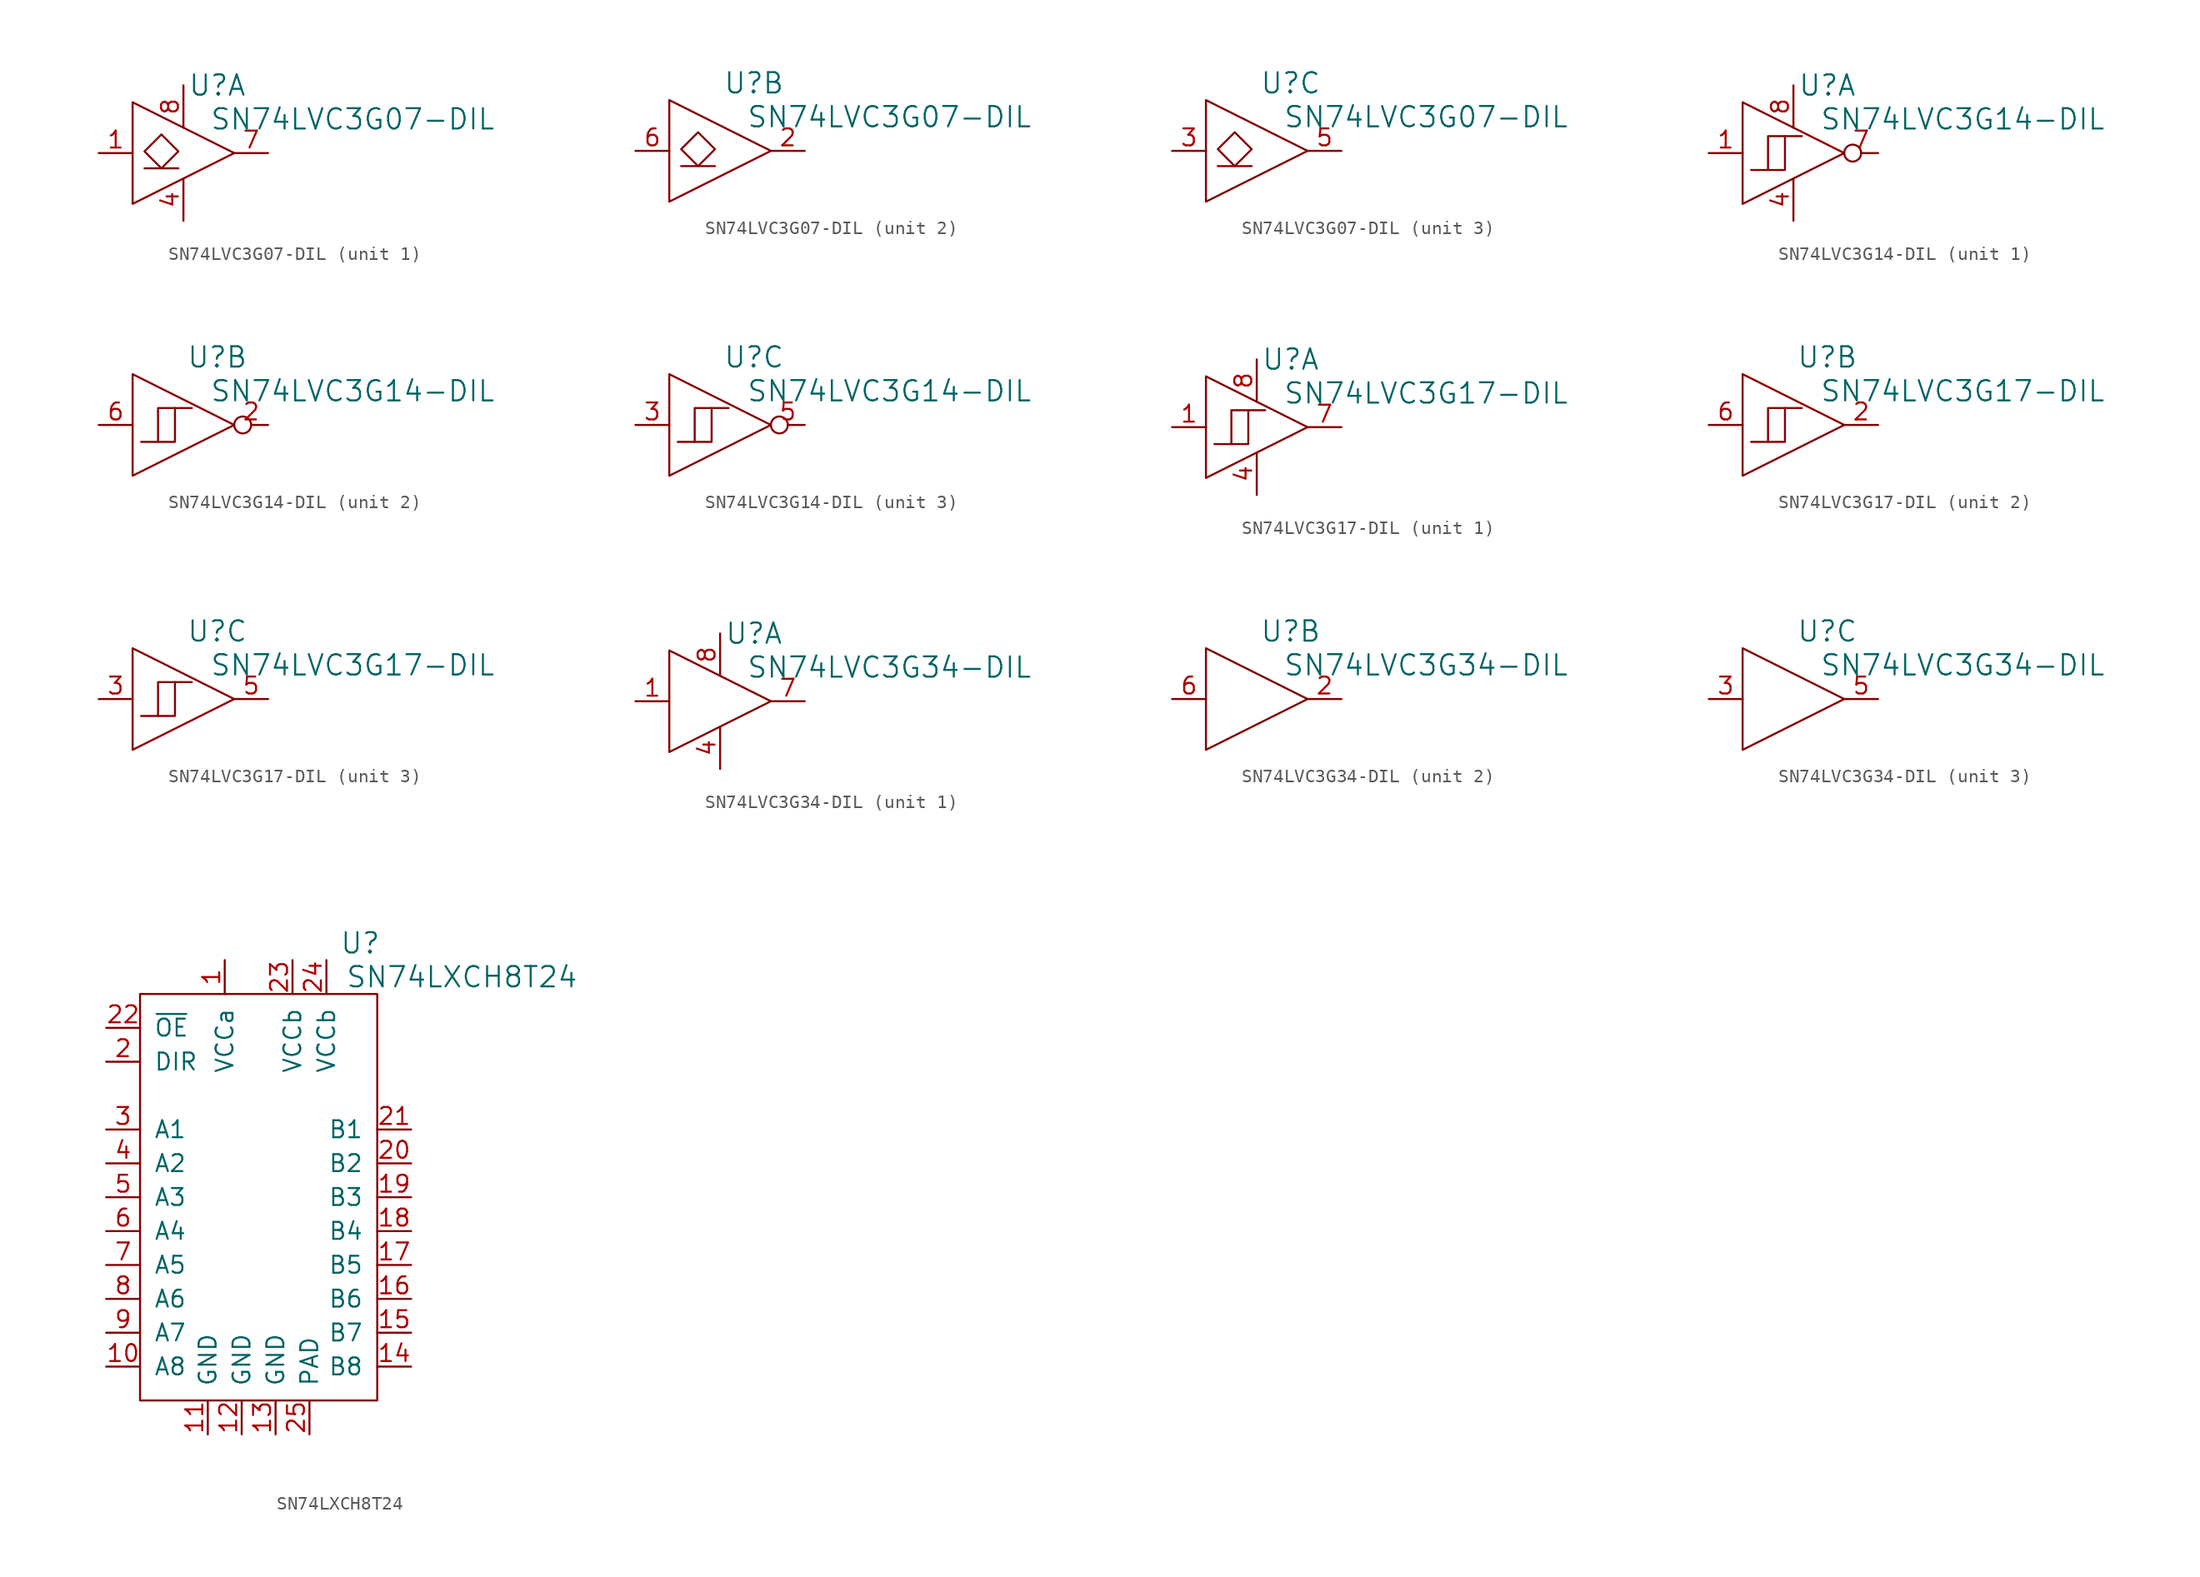
<source format=kicad_sym>
(kicad_symbol_lib
  (version 20220914)
  (generator kicad_symbol_editor)
  (symbol "SN74LVC3G07-DIL"
    (pin_names
      (offset 1.016) hide)
    (property "Reference" "U"
      (at 2.54 5.08 0)
      (effects (font (size 1.524 1.524))))
    (property "Value" "SN74LVC3G07-DIL"
      (at 12.7 2.54 0)
      (effects (font (size 1.524 1.524))))
    (property "Footprint" ""
      (at 0 0 0)
      (effects (font (size 1.524 1.524))))
    (property "Datasheet" ""
      (at 0 0 0)
      (effects (font (size 1.524 1.524))))
    (property "ki_locked" ""
      (at 0 0 0)
      (effects (font (size 1.27 1.27))))
    (symbol "SN74LVC3G07-DIL_0_1"
      (polyline (pts (xy -3.81 3.81) (xy -3.81 -3.81) (xy 3.81 0) (xy -3.81 3.81) (xy -3.81 3.81)) (stroke (width 0) (type solid)) (fill (type none))))
    (symbol "SN74LVC3G07-DIL_1_1"
      (polyline (pts (xy -2.921 -1.143) (xy -0.381 -1.143)) (stroke (width 0) (type solid)) (fill (type none)))
      (polyline (pts (xy -2.921 0.127) (xy -1.651 1.397) (xy -0.381 0.127) (xy -1.651 -1.143) (xy -2.921 0.127)) (stroke (width 0) (type solid)) (fill (type none)))
      (pin passive line (at -6.35 0 0) (length 2.54) (name "1A" (effects (font (size 1.27 1.27)))) (number "1" (effects (font (size 1.27 1.27)))))
      (pin passive line (at 0 -5.08 90) (length 3.175) (name "VSS" (effects (font (size 1.27 1.27)))) (number "4" (effects (font (size 1.27 1.27)))))
      (pin passive line (at 6.35 0 180) (length 2.54) (name "1Y" (effects (font (size 1.27 1.27)))) (number "7" (effects (font (size 1.27 1.27)))))
      (pin passive line (at 0 5.08 270) (length 3.175) (name "VDD" (effects (font (size 1.27 1.27)))) (number "8" (effects (font (size 1.27 1.27))))))
    (symbol "SN74LVC3G07-DIL_2_1"
      (polyline (pts (xy -2.921 -1.143) (xy -0.381 -1.143)) (stroke (width 0) (type solid)) (fill (type none)))
      (polyline (pts (xy -2.921 0.127) (xy -1.651 1.397) (xy -0.381 0.127) (xy -1.651 -1.143) (xy -2.921 0.127)) (stroke (width 0) (type solid)) (fill (type none)))
      (pin passive line (at 6.35 0 180) (length 2.54) (name "2Y" (effects (font (size 1.27 1.27)))) (number "2" (effects (font (size 1.27 1.27)))))
      (pin passive line (at -6.35 0 0) (length 2.54) (name "2A" (effects (font (size 1.27 1.27)))) (number "6" (effects (font (size 1.27 1.27))))))
    (symbol "SN74LVC3G07-DIL_3_1"
      (polyline (pts (xy -2.921 -1.143) (xy -0.381 -1.143)) (stroke (width 0) (type solid)) (fill (type none)))
      (polyline (pts (xy -2.921 0.127) (xy -1.651 1.397) (xy -0.381 0.127) (xy -1.651 -1.143) (xy -2.921 0.127)) (stroke (width 0) (type solid)) (fill (type none)))
      (pin passive line (at -6.35 0 0) (length 2.54) (name "3A" (effects (font (size 1.27 1.27)))) (number "3" (effects (font (size 1.27 1.27)))))
      (pin passive line (at 6.35 0 180) (length 2.54) (name "3Y" (effects (font (size 1.27 1.27)))) (number "5" (effects (font (size 1.27 1.27)))))))
  (symbol "SN74LVC3G14-DIL"
    (pin_names
      (offset 1.016) hide)
    (property "Reference" "U"
      (at 2.54 5.08 0)
      (effects (font (size 1.524 1.524))))
    (property "Value" "SN74LVC3G14-DIL"
      (at 12.7 2.54 0)
      (effects (font (size 1.524 1.524))))
    (property "Footprint" ""
      (at 0 0 0)
      (effects (font (size 1.524 1.524))))
    (property "Datasheet" ""
      (at 0 0 0)
      (effects (font (size 1.524 1.524))))
    (property "ki_locked" ""
      (at 0 0 0)
      (effects (font (size 1.27 1.27))))
    (symbol "SN74LVC3G14-DIL_0_1"
      (polyline (pts (xy -3.81 3.81) (xy -3.81 -3.81) (xy 3.81 0) (xy -3.81 3.81) (xy -3.81 3.81)) (stroke (width 0) (type solid)) (fill (type none))))
    (symbol "SN74LVC3G14-DIL_1_1"
      (polyline (pts (xy -0.635 1.27) (xy -1.905 1.27) (xy -1.905 -1.27) (xy -1.905 -1.27)) (stroke (width 0) (type solid)) (fill (type none)))
      (polyline (pts (xy -3.175 -1.27) (xy -0.635 -1.27) (xy -0.635 1.27) (xy 0.635 1.27) (xy 0.635 1.27)) (stroke (width 0) (type solid)) (fill (type none)))
      (pin passive line (at -6.35 0 0) (length 2.54) (name "1A" (effects (font (size 1.27 1.27)))) (number "1" (effects (font (size 1.27 1.27)))))
      (pin passive line (at 0 -5.08 90) (length 3.175) (name "VSS" (effects (font (size 1.27 1.27)))) (number "4" (effects (font (size 1.27 1.27)))))
      (pin passive inverted (at 6.35 0 180) (length 2.54) (name "1Y" (effects (font (size 1.27 1.27)))) (number "7" (effects (font (size 1.27 1.27)))))
      (pin passive line (at 0 5.08 270) (length 3.175) (name "VDD" (effects (font (size 1.27 1.27)))) (number "8" (effects (font (size 1.27 1.27))))))
    (symbol "SN74LVC3G14-DIL_2_1"
      (polyline (pts (xy -0.635 1.27) (xy -1.905 1.27) (xy -1.905 -1.27) (xy -1.905 -1.27)) (stroke (width 0) (type solid)) (fill (type none)))
      (polyline (pts (xy -3.175 -1.27) (xy -0.635 -1.27) (xy -0.635 1.27) (xy 0.635 1.27) (xy 0.635 1.27)) (stroke (width 0) (type solid)) (fill (type none)))
      (pin passive inverted (at 6.35 0 180) (length 2.54) (name "2Y" (effects (font (size 1.27 1.27)))) (number "2" (effects (font (size 1.27 1.27)))))
      (pin passive line (at -6.35 0 0) (length 2.54) (name "2A" (effects (font (size 1.27 1.27)))) (number "6" (effects (font (size 1.27 1.27))))))
    (symbol "SN74LVC3G14-DIL_3_1"
      (polyline (pts (xy -0.635 1.27) (xy -1.905 1.27) (xy -1.905 -1.27) (xy -1.905 -1.27)) (stroke (width 0) (type solid)) (fill (type none)))
      (polyline (pts (xy -3.175 -1.27) (xy -0.635 -1.27) (xy -0.635 1.27) (xy 0.635 1.27) (xy 0.635 1.27)) (stroke (width 0) (type solid)) (fill (type none)))
      (pin passive line (at -6.35 0 0) (length 2.54) (name "3A" (effects (font (size 1.27 1.27)))) (number "3" (effects (font (size 1.27 1.27)))))
      (pin passive inverted (at 6.35 0 180) (length 2.54) (name "3Y" (effects (font (size 1.27 1.27)))) (number "5" (effects (font (size 1.27 1.27)))))))
  (symbol "SN74LVC3G17-DIL"
    (pin_names
      (offset 1.016) hide)
    (property "Reference" "U"
      (at 2.54 5.08 0)
      (effects (font (size 1.524 1.524))))
    (property "Value" "SN74LVC3G17-DIL"
      (at 12.7 2.54 0)
      (effects (font (size 1.524 1.524))))
    (property "Footprint" ""
      (at 0 0 0)
      (effects (font (size 1.524 1.524))))
    (property "Datasheet" ""
      (at 0 0 0)
      (effects (font (size 1.524 1.524))))
    (property "ki_locked" ""
      (at 0 0 0)
      (effects (font (size 1.27 1.27))))
    (symbol "SN74LVC3G17-DIL_0_1"
      (polyline (pts (xy -3.81 3.81) (xy -3.81 -3.81) (xy 3.81 0) (xy -3.81 3.81) (xy -3.81 3.81)) (stroke (width 0) (type solid)) (fill (type none))))
    (symbol "SN74LVC3G17-DIL_1_1"
      (polyline (pts (xy -0.635 1.27) (xy -1.905 1.27) (xy -1.905 -1.27) (xy -1.905 -1.27)) (stroke (width 0) (type solid)) (fill (type none)))
      (polyline (pts (xy -3.175 -1.27) (xy -0.635 -1.27) (xy -0.635 1.27) (xy 0.635 1.27) (xy 0.635 1.27)) (stroke (width 0) (type solid)) (fill (type none)))
      (pin passive line (at -6.35 0 0) (length 2.54) (name "1A" (effects (font (size 1.27 1.27)))) (number "1" (effects (font (size 1.27 1.27)))))
      (pin passive line (at 0 -5.08 90) (length 3.175) (name "VSS" (effects (font (size 1.27 1.27)))) (number "4" (effects (font (size 1.27 1.27)))))
      (pin passive line (at 6.35 0 180) (length 2.54) (name "1Y" (effects (font (size 1.27 1.27)))) (number "7" (effects (font (size 1.27 1.27)))))
      (pin passive line (at 0 5.08 270) (length 3.175) (name "VDD" (effects (font (size 1.27 1.27)))) (number "8" (effects (font (size 1.27 1.27))))))
    (symbol "SN74LVC3G17-DIL_2_1"
      (polyline (pts (xy -0.635 1.27) (xy -1.905 1.27) (xy -1.905 -1.27) (xy -1.905 -1.27)) (stroke (width 0) (type solid)) (fill (type none)))
      (polyline (pts (xy -3.175 -1.27) (xy -0.635 -1.27) (xy -0.635 1.27) (xy 0.635 1.27) (xy 0.635 1.27)) (stroke (width 0) (type solid)) (fill (type none)))
      (pin passive line (at 6.35 0 180) (length 2.54) (name "2Y" (effects (font (size 1.27 1.27)))) (number "2" (effects (font (size 1.27 1.27)))))
      (pin passive line (at -6.35 0 0) (length 2.54) (name "2A" (effects (font (size 1.27 1.27)))) (number "6" (effects (font (size 1.27 1.27))))))
    (symbol "SN74LVC3G17-DIL_3_1"
      (polyline (pts (xy -0.635 1.27) (xy -1.905 1.27) (xy -1.905 -1.27) (xy -1.905 -1.27)) (stroke (width 0) (type solid)) (fill (type none)))
      (polyline (pts (xy -3.175 -1.27) (xy -0.635 -1.27) (xy -0.635 1.27) (xy 0.635 1.27) (xy 0.635 1.27)) (stroke (width 0) (type solid)) (fill (type none)))
      (pin passive line (at -6.35 0 0) (length 2.54) (name "3A" (effects (font (size 1.27 1.27)))) (number "3" (effects (font (size 1.27 1.27)))))
      (pin passive line (at 6.35 0 180) (length 2.54) (name "3Y" (effects (font (size 1.27 1.27)))) (number "5" (effects (font (size 1.27 1.27)))))))
  (symbol "SN74LVC3G34-DIL"
    (pin_names
      (offset 1.016) hide)
    (property "Reference" "U"
      (at 2.54 5.08 0)
      (effects (font (size 1.524 1.524))))
    (property "Value" "SN74LVC3G34-DIL"
      (at 12.7 2.54 0)
      (effects (font (size 1.524 1.524))))
    (property "Footprint" ""
      (at 0 0 0)
      (effects (font (size 1.524 1.524))))
    (property "Datasheet" ""
      (at 0 0 0)
      (effects (font (size 1.524 1.524))))
    (property "ki_locked" ""
      (at 0 0 0)
      (effects (font (size 1.27 1.27))))
    (symbol "SN74LVC3G34-DIL_0_1"
      (polyline (pts (xy -3.81 3.81) (xy -3.81 -3.81) (xy 3.81 0) (xy -3.81 3.81) (xy -3.81 3.81)) (stroke (width 0) (type solid)) (fill (type none))))
    (symbol "SN74LVC3G34-DIL_1_1"
      (pin passive line (at -6.35 0 0) (length 2.54) (name "1A" (effects (font (size 1.27 1.27)))) (number "1" (effects (font (size 1.27 1.27)))))
      (pin passive line (at 0 -5.08 90) (length 3.175) (name "VSS" (effects (font (size 1.27 1.27)))) (number "4" (effects (font (size 1.27 1.27)))))
      (pin passive line (at 6.35 0 180) (length 2.54) (name "1Y" (effects (font (size 1.27 1.27)))) (number "7" (effects (font (size 1.27 1.27)))))
      (pin passive line (at 0 5.08 270) (length 3.175) (name "VDD" (effects (font (size 1.27 1.27)))) (number "8" (effects (font (size 1.27 1.27))))))
    (symbol "SN74LVC3G34-DIL_2_1"
      (pin passive line (at 6.35 0 180) (length 2.54) (name "2Y" (effects (font (size 1.27 1.27)))) (number "2" (effects (font (size 1.27 1.27)))))
      (pin passive line (at -6.35 0 0) (length 2.54) (name "2A" (effects (font (size 1.27 1.27)))) (number "6" (effects (font (size 1.27 1.27))))))
    (symbol "SN74LVC3G34-DIL_3_1"
      (pin passive line (at -6.35 0 0) (length 2.54) (name "3A" (effects (font (size 1.27 1.27)))) (number "3" (effects (font (size 1.27 1.27)))))
      (pin passive line (at 6.35 0 180) (length 2.54) (name "3Y" (effects (font (size 1.27 1.27)))) (number "5" (effects (font (size 1.27 1.27)))))))
  (symbol "SN74LXCH8T24"
    (pin_names
      (offset 1.016))
    (property "Reference" "U"
      (at 7.62 19.05 0)
      (effects (font (size 1.524 1.524))))
    (property "Value" "SN74LXCH8T24"
      (at 15.24 16.51 0)
      (effects (font (size 1.524 1.524))))
    (property "Footprint" ""
      (at 0 -1.27 0)
      (effects (font (size 1.524 1.524))))
    (property "Datasheet" ""
      (at 0 0 0)
      (effects (font (size 1.524 1.524))))
    (symbol "SN74LXCH8T24_0_1"
      (rectangle (start 8.89 15.24) (end -8.89 -15.24) (stroke (width 0) (type solid)) (fill (type none))))
    (symbol "SN74LXCH8T24_1_1"
      (pin passive line (at -2.54 17.78 270) (length 2.54) (name "VCCa" (effects (font (size 1.27 1.27)))) (number "1" (effects (font (size 1.27 1.27)))))
      (pin passive line (at -11.43 -12.7 0) (length 2.54) (name "A8" (effects (font (size 1.27 1.27)))) (number "10" (effects (font (size 1.27 1.27)))))
      (pin passive line (at -3.81 -17.78 90) (length 2.54) (name "GND" (effects (font (size 1.27 1.27)))) (number "11" (effects (font (size 1.27 1.27)))))
      (pin passive line (at -1.27 -17.78 90) (length 2.54) (name "GND" (effects (font (size 1.27 1.27)))) (number "12" (effects (font (size 1.27 1.27)))))
      (pin passive line (at 1.27 -17.78 90) (length 2.54) (name "GND" (effects (font (size 1.27 1.27)))) (number "13" (effects (font (size 1.27 1.27)))))
      (pin passive line (at 11.43 -12.7 180) (length 2.54) (name "B8" (effects (font (size 1.27 1.27)))) (number "14" (effects (font (size 1.27 1.27)))))
      (pin passive line (at 11.43 -10.16 180) (length 2.54) (name "B7" (effects (font (size 1.27 1.27)))) (number "15" (effects (font (size 1.27 1.27)))))
      (pin passive line (at 11.43 -7.62 180) (length 2.54) (name "B6" (effects (font (size 1.27 1.27)))) (number "16" (effects (font (size 1.27 1.27)))))
      (pin passive line (at 11.43 -5.08 180) (length 2.54) (name "B5" (effects (font (size 1.27 1.27)))) (number "17" (effects (font (size 1.27 1.27)))))
      (pin passive line (at 11.43 -2.54 180) (length 2.54) (name "B4" (effects (font (size 1.27 1.27)))) (number "18" (effects (font (size 1.27 1.27)))))
      (pin passive line (at 11.43 0 180) (length 2.54) (name "B3" (effects (font (size 1.27 1.27)))) (number "19" (effects (font (size 1.27 1.27)))))
      (pin passive line (at -11.43 10.16 0) (length 2.54) (name "DIR" (effects (font (size 1.27 1.27)))) (number "2" (effects (font (size 1.27 1.27)))))
      (pin passive line (at 11.43 2.54 180) (length 2.54) (name "B2" (effects (font (size 1.27 1.27)))) (number "20" (effects (font (size 1.27 1.27)))))
      (pin passive line (at 11.43 5.08 180) (length 2.54) (name "B1" (effects (font (size 1.27 1.27)))) (number "21" (effects (font (size 1.27 1.27)))))
      (pin passive line (at -11.43 12.7 0) (length 2.54) (name "~{OE}" (effects (font (size 1.27 1.27)))) (number "22" (effects (font (size 1.27 1.27)))))
      (pin passive line (at 2.54 17.78 270) (length 2.54) (name "VCCb" (effects (font (size 1.27 1.27)))) (number "23" (effects (font (size 1.27 1.27)))))
      (pin passive line (at 5.08 17.78 270) (length 2.54) (name "VCCb" (effects (font (size 1.27 1.27)))) (number "24" (effects (font (size 1.27 1.27)))))
      (pin passive line (at 3.81 -17.78 90) (length 2.54) (name "PAD" (effects (font (size 1.27 1.27)))) (number "25" (effects (font (size 1.27 1.27)))))
      (pin passive line (at -11.43 5.08 0) (length 2.54) (name "A1" (effects (font (size 1.27 1.27)))) (number "3" (effects (font (size 1.27 1.27)))))
      (pin passive line (at -11.43 2.54 0) (length 2.54) (name "A2" (effects (font (size 1.27 1.27)))) (number "4" (effects (font (size 1.27 1.27)))))
      (pin passive line (at -11.43 0 0) (length 2.54) (name "A3" (effects (font (size 1.27 1.27)))) (number "5" (effects (font (size 1.27 1.27)))))
      (pin passive line (at -11.43 -2.54 0) (length 2.54) (name "A4" (effects (font (size 1.27 1.27)))) (number "6" (effects (font (size 1.27 1.27)))))
      (pin passive line (at -11.43 -5.08 0) (length 2.54) (name "A5" (effects (font (size 1.27 1.27)))) (number "7" (effects (font (size 1.27 1.27)))))
      (pin passive line (at -11.43 -7.62 0) (length 2.54) (name "A6" (effects (font (size 1.27 1.27)))) (number "8" (effects (font (size 1.27 1.27)))))
      (pin passive line (at -11.43 -10.16 0) (length 2.54) (name "A7" (effects (font (size 1.27 1.27)))) (number "9" (effects (font (size 1.27 1.27))))))))
</source>
